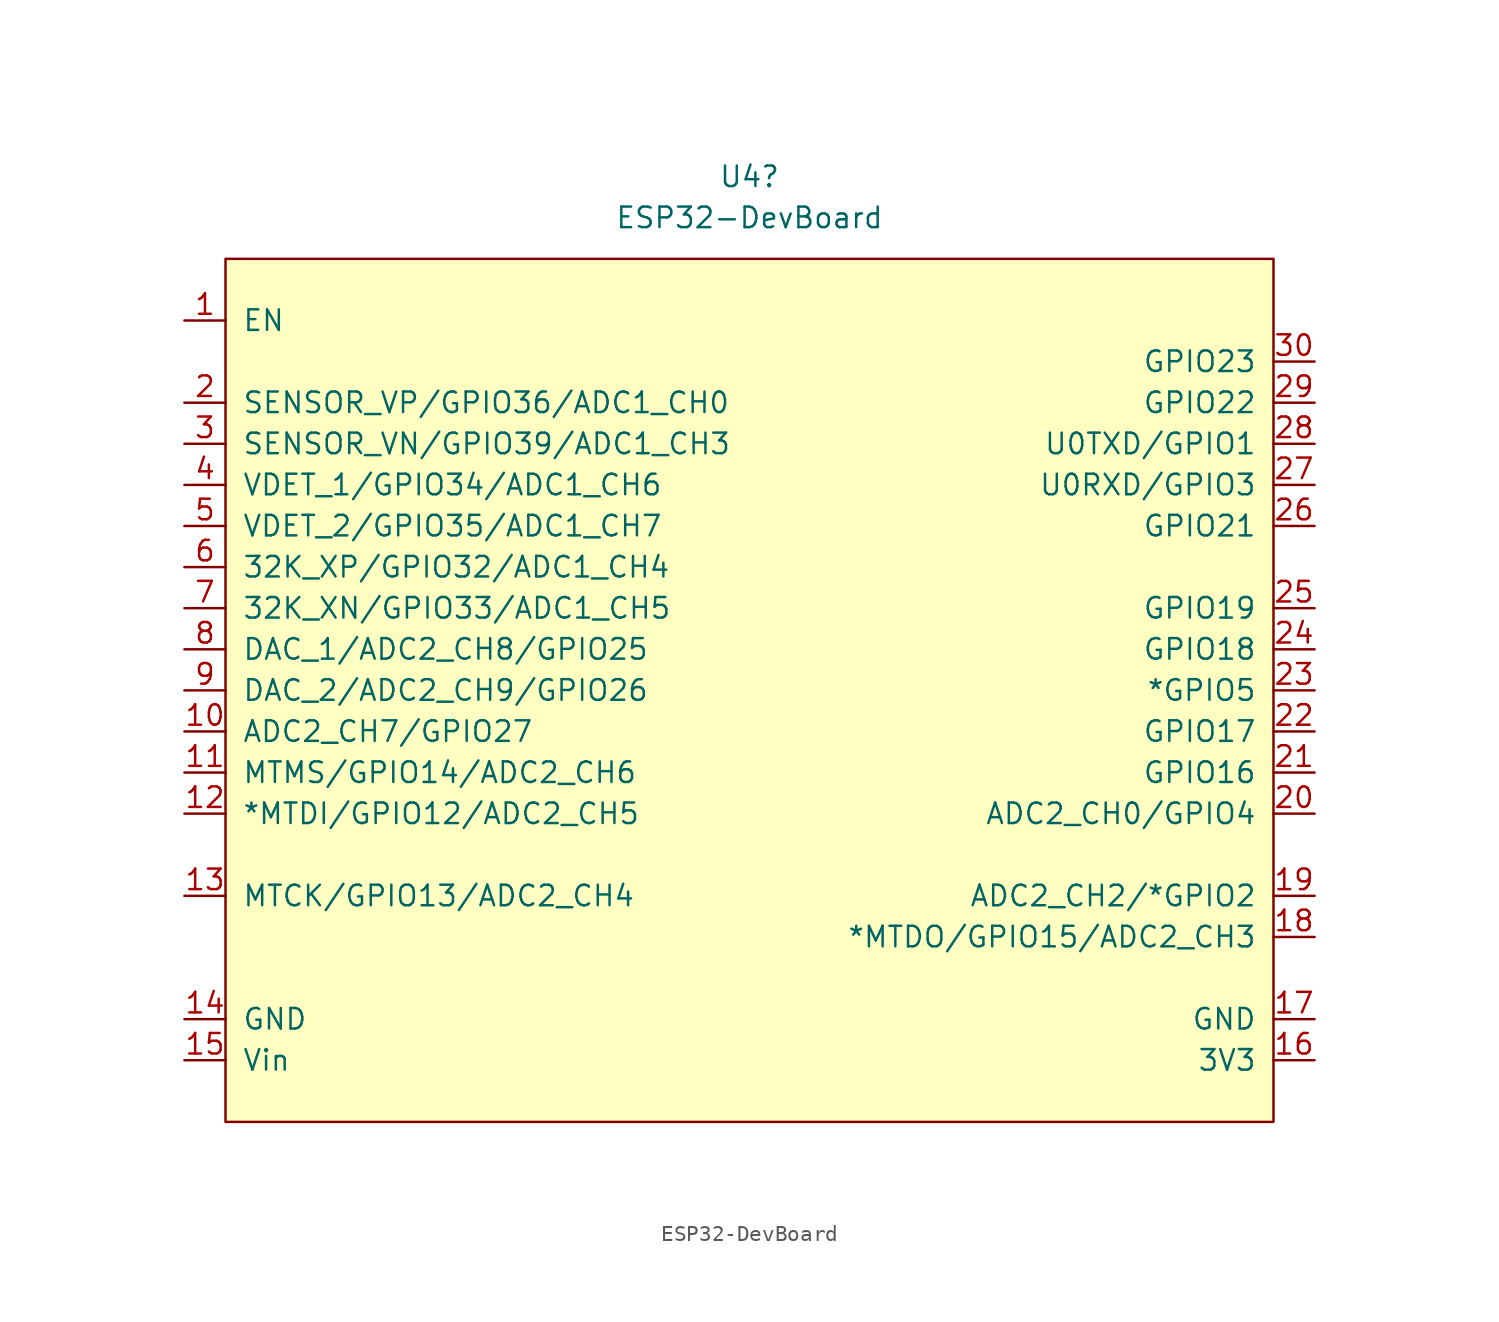
<source format=kicad_sym>
(kicad_symbol_lib
  (version 20211014)
  (generator kicad_symbol_editor)
  (symbol "ESP32-DevBoard"
    (pin_names
      (offset 1.016))
    (property "Reference" "U4"
      (at 1.905 30.48 0)
      (effects (font (size 1.27 1.27))))
    (property "Value" "ESP32-DevBoard"
      (at 1.905 27.94 0)
      (effects (font (size 1.27 1.27))))
    (symbol "ESP32-DevBoard_0_0"
      (pin power_in line (at -33.02 -24.13 0) (length 2.54) (name "Vin" (effects (font (size 1.27 1.27)))) (number "15" (effects (font (size 1.27 1.27))))))
    (symbol "ESP32-DevBoard_0_1"
      (rectangle (start -30.48 25.4) (end 34.29 -27.94) (stroke (width 0) (type default) (color 0 0 0 0)) (fill (type background))))
    (symbol "ESP32-DevBoard_1_1"
      (pin input line (at -33.02 21.59 0) (length 2.54) (name "EN" (effects (font (size 1.27 1.27)))) (number "1" (effects (font (size 1.27 1.27)))))
      (pin bidirectional line (at -33.02 -3.81 0) (length 2.54) (name "ADC2_CH7/GPIO27" (effects (font (size 1.27 1.27)))) (number "10" (effects (font (size 1.27 1.27)))))
      (pin bidirectional line (at -33.02 -6.35 0) (length 2.54) (name "MTMS/GPIO14/ADC2_CH6" (effects (font (size 1.27 1.27)))) (number "11" (effects (font (size 1.27 1.27)))))
      (pin bidirectional line (at -33.02 -8.89 0) (length 2.54) (name "*MTDI/GPIO12/ADC2_CH5" (effects (font (size 1.27 1.27)))) (number "12" (effects (font (size 1.27 1.27)))))
      (pin bidirectional line (at -33.02 -13.97 0) (length 2.54) (name "MTCK/GPIO13/ADC2_CH4" (effects (font (size 1.27 1.27)))) (number "13" (effects (font (size 1.27 1.27)))))
      (pin power_in line (at -33.02 -21.59 0) (length 2.54) (name "GND" (effects (font (size 1.27 1.27)))) (number "14" (effects (font (size 1.27 1.27)))))
      (pin power_out line (at 36.83 -24.13 180) (length 2.54) (name "3V3" (effects (font (size 1.27 1.27)))) (number "16" (effects (font (size 1.27 1.27)))))
      (pin power_in line (at 36.83 -21.59 180) (length 2.54) (name "GND" (effects (font (size 1.27 1.27)))) (number "17" (effects (font (size 1.27 1.27)))))
      (pin bidirectional line (at 36.83 -16.51 180) (length 2.54) (name "*MTDO/GPIO15/ADC2_CH3" (effects (font (size 1.27 1.27)))) (number "18" (effects (font (size 1.27 1.27)))))
      (pin bidirectional line (at 36.83 -13.97 180) (length 2.54) (name "ADC2_CH2/*GPIO2" (effects (font (size 1.27 1.27)))) (number "19" (effects (font (size 1.27 1.27)))))
      (pin input line (at -33.02 16.51 0) (length 2.54) (name "SENSOR_VP/GPIO36/ADC1_CH0" (effects (font (size 1.27 1.27)))) (number "2" (effects (font (size 1.27 1.27)))))
      (pin bidirectional line (at 36.83 -8.89 180) (length 2.54) (name "ADC2_CH0/GPIO4" (effects (font (size 1.27 1.27)))) (number "20" (effects (font (size 1.27 1.27)))))
      (pin bidirectional line (at 36.83 -6.35 180) (length 2.54) (name "GPIO16" (effects (font (size 1.27 1.27)))) (number "21" (effects (font (size 1.27 1.27)))))
      (pin bidirectional line (at 36.83 -3.81 180) (length 2.54) (name "GPIO17" (effects (font (size 1.27 1.27)))) (number "22" (effects (font (size 1.27 1.27)))))
      (pin bidirectional line (at 36.83 -1.27 180) (length 2.54) (name "*GPIO5" (effects (font (size 1.27 1.27)))) (number "23" (effects (font (size 1.27 1.27)))))
      (pin bidirectional line (at 36.83 1.27 180) (length 2.54) (name "GPIO18" (effects (font (size 1.27 1.27)))) (number "24" (effects (font (size 1.27 1.27)))))
      (pin bidirectional line (at 36.83 3.81 180) (length 2.54) (name "GPIO19" (effects (font (size 1.27 1.27)))) (number "25" (effects (font (size 1.27 1.27)))))
      (pin bidirectional line (at 36.83 8.89 180) (length 2.54) (name "GPIO21" (effects (font (size 1.27 1.27)))) (number "26" (effects (font (size 1.27 1.27)))))
      (pin bidirectional line (at 36.83 11.43 180) (length 2.54) (name "U0RXD/GPIO3" (effects (font (size 1.27 1.27)))) (number "27" (effects (font (size 1.27 1.27)))))
      (pin bidirectional line (at 36.83 13.97 180) (length 2.54) (name "U0TXD/GPIO1" (effects (font (size 1.27 1.27)))) (number "28" (effects (font (size 1.27 1.27)))))
      (pin bidirectional line (at 36.83 16.51 180) (length 2.54) (name "GPIO22" (effects (font (size 1.27 1.27)))) (number "29" (effects (font (size 1.27 1.27)))))
      (pin input line (at -33.02 13.97 0) (length 2.54) (name "SENSOR_VN/GPIO39/ADC1_CH3" (effects (font (size 1.27 1.27)))) (number "3" (effects (font (size 1.27 1.27)))))
      (pin bidirectional line (at 36.83 19.05 180) (length 2.54) (name "GPIO23" (effects (font (size 1.27 1.27)))) (number "30" (effects (font (size 1.27 1.27)))))
      (pin input line (at -33.02 11.43 0) (length 2.54) (name "VDET_1/GPIO34/ADC1_CH6" (effects (font (size 1.27 1.27)))) (number "4" (effects (font (size 1.27 1.27)))))
      (pin input line (at -33.02 8.89 0) (length 2.54) (name "VDET_2/GPIO35/ADC1_CH7" (effects (font (size 1.27 1.27)))) (number "5" (effects (font (size 1.27 1.27)))))
      (pin bidirectional line (at -33.02 6.35 0) (length 2.54) (name "32K_XP/GPIO32/ADC1_CH4" (effects (font (size 1.27 1.27)))) (number "6" (effects (font (size 1.27 1.27)))))
      (pin bidirectional line (at -33.02 3.81 0) (length 2.54) (name "32K_XN/GPIO33/ADC1_CH5" (effects (font (size 1.27 1.27)))) (number "7" (effects (font (size 1.27 1.27)))))
      (pin bidirectional line (at -33.02 1.27 0) (length 2.54) (name "DAC_1/ADC2_CH8/GPIO25" (effects (font (size 1.27 1.27)))) (number "8" (effects (font (size 1.27 1.27)))))
      (pin bidirectional line (at -33.02 -1.27 0) (length 2.54) (name "DAC_2/ADC2_CH9/GPIO26" (effects (font (size 1.27 1.27)))) (number "9" (effects (font (size 1.27 1.27))))))))
</source>
